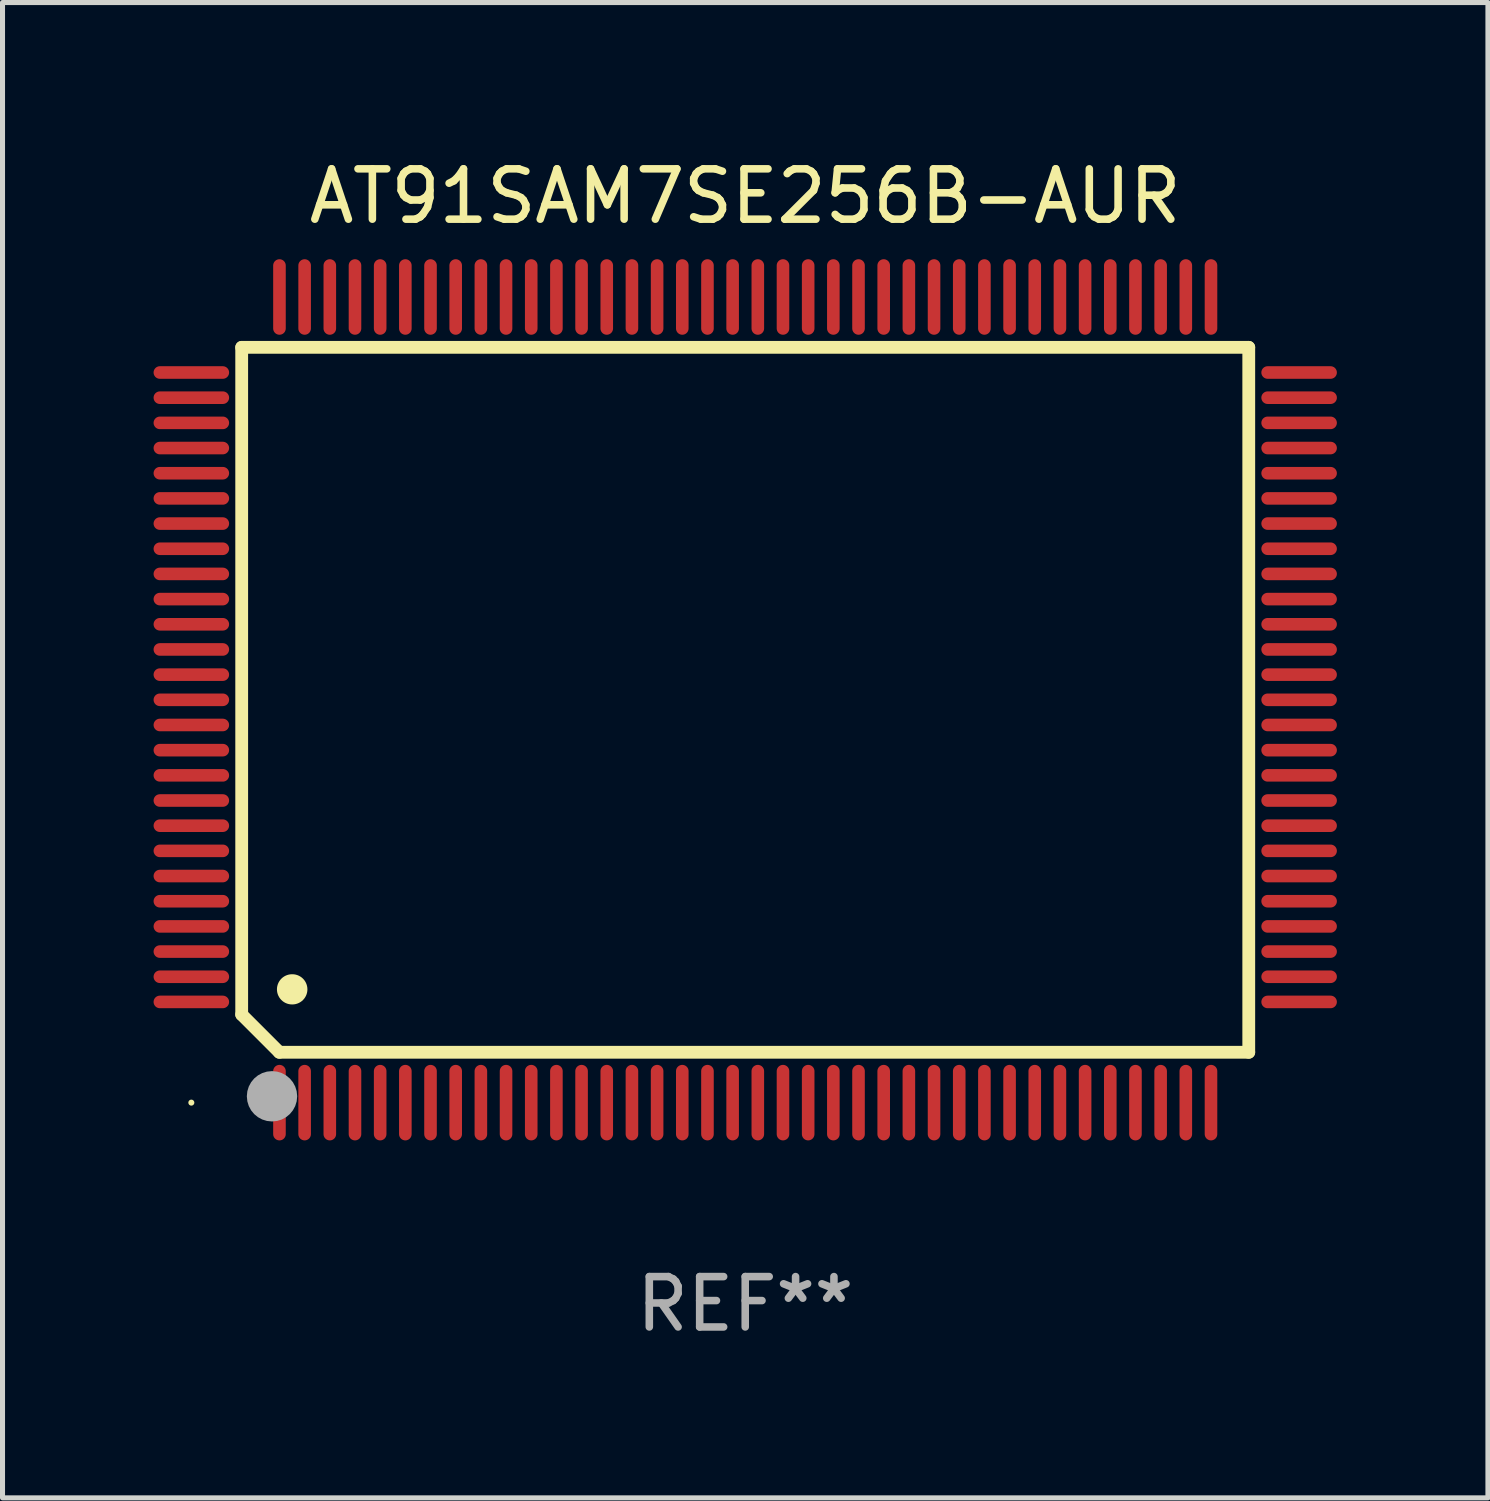
<source format=kicad_pcb>
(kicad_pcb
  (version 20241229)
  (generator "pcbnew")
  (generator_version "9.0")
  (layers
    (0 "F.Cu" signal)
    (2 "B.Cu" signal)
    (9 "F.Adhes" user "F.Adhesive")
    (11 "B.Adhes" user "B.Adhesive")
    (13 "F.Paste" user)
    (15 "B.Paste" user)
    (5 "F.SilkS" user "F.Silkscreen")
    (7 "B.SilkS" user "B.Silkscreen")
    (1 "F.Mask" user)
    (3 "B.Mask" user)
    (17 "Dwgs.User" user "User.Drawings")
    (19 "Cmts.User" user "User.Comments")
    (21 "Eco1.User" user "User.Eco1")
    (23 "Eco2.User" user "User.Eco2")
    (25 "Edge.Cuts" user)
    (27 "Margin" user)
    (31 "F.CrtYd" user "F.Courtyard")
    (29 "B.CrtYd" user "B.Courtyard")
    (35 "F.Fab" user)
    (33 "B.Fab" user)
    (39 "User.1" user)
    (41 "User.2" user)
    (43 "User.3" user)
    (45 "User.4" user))
  (footprint "AT91SAM7SE256B-AUR"
    (layer "F.Cu")
    (at 11.75 10.848)
    (property "Reference" "AT91SAM7SE256B-AUR" (at 0 -10 0) (layer "F.SilkS") (effects (font (size 1 1) (thickness 0.15))))
    (attr through_hole)
    (fp_line (start -10 -7) (end -10 6.25) (stroke (width 0.254) (type solid)) (layer "F.SilkS"))
    (fp_line (start -10 -7) (end 10 -7) (stroke (width 0.254) (type solid)) (layer "F.SilkS"))
    (fp_line (start -9.252 7) (end -10 6.252) (stroke (width 0.254) (type solid)) (layer "F.SilkS"))
    (fp_line (start 10 -7) (end 10 7) (stroke (width 0.254) (type solid)) (layer "F.SilkS"))
    (fp_line (start 10 7) (end -9.252 7) (stroke (width 0.254) (type solid)) (layer "F.SilkS"))
    (fp_arc (start -9.000025 5.750013) (mid -8.997485 5.750002) (end -8.994945 5.750013) (stroke (width 0.6) (type solid)) (layer "F.SilkS"))
    (fp_circle (center -11 8) (end -10.97 8) (stroke (width 0.06) (type solid)) (fill no) (layer "F.SilkS"))
    (fp_circle (center -9.398 7.874) (end -9.148 7.874) (stroke (width 0.5) (type solid)) (fill no) (layer "F.Fab"))
    (fp_text user "REF**" (at 0 12 0) (layer "F.Fab") (effects (font (size 1 1) (thickness 0.15))))
    (pad "1" smd oval (at -9.25 8) (size 0.25 1.5) (layers "F.Cu" "F.Mask" "F.Paste"))
    (pad "2" smd oval (at -8.75 8) (size 0.25 1.5) (layers "F.Cu" "F.Mask" "F.Paste"))
    (pad "3" smd oval (at -8.25 8) (size 0.25 1.5) (layers "F.Cu" "F.Mask" "F.Paste"))
    (pad "4" smd oval (at -7.75 8) (size 0.25 1.5) (layers "F.Cu" "F.Mask" "F.Paste"))
    (pad "5" smd oval (at -7.25 8) (size 0.25 1.5) (layers "F.Cu" "F.Mask" "F.Paste"))
    (pad "6" smd oval (at -6.75 8) (size 0.25 1.5) (layers "F.Cu" "F.Mask" "F.Paste"))
    (pad "7" smd oval (at -6.25 8) (size 0.25 1.5) (layers "F.Cu" "F.Mask" "F.Paste"))
    (pad "8" smd oval (at -5.75 8) (size 0.25 1.5) (layers "F.Cu" "F.Mask" "F.Paste"))
    (pad "9" smd oval (at -5.25 8) (size 0.25 1.5) (layers "F.Cu" "F.Mask" "F.Paste"))
    (pad "10" smd oval (at -4.75 8) (size 0.25 1.5) (layers "F.Cu" "F.Mask" "F.Paste"))
    (pad "11" smd oval (at -4.25 8) (size 0.25 1.5) (layers "F.Cu" "F.Mask" "F.Paste"))
    (pad "12" smd oval (at -3.75 8) (size 0.25 1.5) (layers "F.Cu" "F.Mask" "F.Paste"))
    (pad "13" smd oval (at -3.25 8) (size 0.25 1.5) (layers "F.Cu" "F.Mask" "F.Paste"))
    (pad "14" smd oval (at -2.75 8) (size 0.25 1.5) (layers "F.Cu" "F.Mask" "F.Paste"))
    (pad "15" smd oval (at -2.25 8) (size 0.25 1.5) (layers "F.Cu" "F.Mask" "F.Paste"))
    (pad "16" smd oval (at -1.75 8) (size 0.25 1.5) (layers "F.Cu" "F.Mask" "F.Paste"))
    (pad "17" smd oval (at -1.25 8) (size 0.25 1.5) (layers "F.Cu" "F.Mask" "F.Paste"))
    (pad "18" smd oval (at -0.75 8) (size 0.25 1.5) (layers "F.Cu" "F.Mask" "F.Paste"))
    (pad "19" smd oval (at -0.25 8) (size 0.25 1.5) (layers "F.Cu" "F.Mask" "F.Paste"))
    (pad "20" smd oval (at 0.25 8) (size 0.25 1.5) (layers "F.Cu" "F.Mask" "F.Paste"))
    (pad "21" smd oval (at 0.75 8) (size 0.25 1.5) (layers "F.Cu" "F.Mask" "F.Paste"))
    (pad "22" smd oval (at 1.25 8) (size 0.25 1.5) (layers "F.Cu" "F.Mask" "F.Paste"))
    (pad "23" smd oval (at 1.75 8) (size 0.25 1.5) (layers "F.Cu" "F.Mask" "F.Paste"))
    (pad "24" smd oval (at 2.25 8) (size 0.25 1.5) (layers "F.Cu" "F.Mask" "F.Paste"))
    (pad "25" smd oval (at 2.75 8) (size 0.25 1.5) (layers "F.Cu" "F.Mask" "F.Paste"))
    (pad "26" smd oval (at 3.25 8) (size 0.25 1.5) (layers "F.Cu" "F.Mask" "F.Paste"))
    (pad "27" smd oval (at 3.75 8) (size 0.25 1.5) (layers "F.Cu" "F.Mask" "F.Paste"))
    (pad "28" smd oval (at 4.25 8) (size 0.25 1.5) (layers "F.Cu" "F.Mask" "F.Paste"))
    (pad "29" smd oval (at 4.75 8) (size 0.25 1.5) (layers "F.Cu" "F.Mask" "F.Paste"))
    (pad "30" smd oval (at 5.25 8) (size 0.25 1.5) (layers "F.Cu" "F.Mask" "F.Paste"))
    (pad "31" smd oval (at 5.75 8) (size 0.25 1.5) (layers "F.Cu" "F.Mask" "F.Paste"))
    (pad "32" smd oval (at 6.25 8) (size 0.25 1.5) (layers "F.Cu" "F.Mask" "F.Paste"))
    (pad "33" smd oval (at 6.75 8 180) (size 0.25 1.5) (layers "F.Cu" "F.Mask" "F.Paste"))
    (pad "34" smd oval (at 7.25 8 180) (size 0.25 1.5) (layers "F.Cu" "F.Mask" "F.Paste"))
    (pad "35" smd oval (at 7.75 8 180) (size 0.25 1.5) (layers "F.Cu" "F.Mask" "F.Paste"))
    (pad "36" smd oval (at 8.25 8 180) (size 0.25 1.5) (layers "F.Cu" "F.Mask" "F.Paste"))
    (pad "37" smd oval (at 8.75 8 180) (size 0.25 1.5) (layers "F.Cu" "F.Mask" "F.Paste"))
    (pad "38" smd oval (at 9.25 8 180) (size 0.25 1.5) (layers "F.Cu" "F.Mask" "F.Paste"))
    (pad "39" smd oval (at 11 6 270) (size 0.25 1.5) (layers "F.Cu" "F.Mask" "F.Paste"))
    (pad "40" smd oval (at 11 5.5 270) (size 0.25 1.5) (layers "F.Cu" "F.Mask" "F.Paste"))
    (pad "41" smd oval (at 11 5 270) (size 0.25 1.5) (layers "F.Cu" "F.Mask" "F.Paste"))
    (pad "42" smd oval (at 11 4.5 270) (size 0.25 1.5) (layers "F.Cu" "F.Mask" "F.Paste"))
    (pad "43" smd oval (at 11 4 270) (size 0.25 1.5) (layers "F.Cu" "F.Mask" "F.Paste"))
    (pad "44" smd oval (at 11 3.5 270) (size 0.25 1.5) (layers "F.Cu" "F.Mask" "F.Paste"))
    (pad "45" smd oval (at 11 3 270) (size 0.25 1.5) (layers "F.Cu" "F.Mask" "F.Paste"))
    (pad "46" smd oval (at 11 2.5 270) (size 0.25 1.5) (layers "F.Cu" "F.Mask" "F.Paste"))
    (pad "47" smd oval (at 11 2 270) (size 0.25 1.5) (layers "F.Cu" "F.Mask" "F.Paste"))
    (pad "48" smd oval (at 11 1.5 270) (size 0.25 1.5) (layers "F.Cu" "F.Mask" "F.Paste"))
    (pad "49" smd oval (at 11 1 270) (size 0.25 1.5) (layers "F.Cu" "F.Mask" "F.Paste"))
    (pad "50" smd oval (at 11 0.5 270) (size 0.25 1.5) (layers "F.Cu" "F.Mask" "F.Paste"))
    (pad "51" smd oval (at 11 0 270) (size 0.25 1.5) (layers "F.Cu" "F.Mask" "F.Paste"))
    (pad "52" smd oval (at 11 -0.5 270) (size 0.25 1.5) (layers "F.Cu" "F.Mask" "F.Paste"))
    (pad "53" smd oval (at 11 -1 270) (size 0.25 1.5) (layers "F.Cu" "F.Mask" "F.Paste"))
    (pad "54" smd oval (at 11 -1.5 270) (size 0.25 1.5) (layers "F.Cu" "F.Mask" "F.Paste"))
    (pad "55" smd oval (at 11 -2 270) (size 0.25 1.5) (layers "F.Cu" "F.Mask" "F.Paste"))
    (pad "56" smd oval (at 11 -2.5 270) (size 0.25 1.5) (layers "F.Cu" "F.Mask" "F.Paste"))
    (pad "57" smd oval (at 11 -3 270) (size 0.25 1.5) (layers "F.Cu" "F.Mask" "F.Paste"))
    (pad "58" smd oval (at 11 -3.5 270) (size 0.25 1.5) (layers "F.Cu" "F.Mask" "F.Paste"))
    (pad "59" smd oval (at 11 -4 270) (size 0.25 1.5) (layers "F.Cu" "F.Mask" "F.Paste"))
    (pad "60" smd oval (at 11 -4.5 270) (size 0.25 1.5) (layers "F.Cu" "F.Mask" "F.Paste"))
    (pad "61" smd oval (at 11 -5 270) (size 0.25 1.5) (layers "F.Cu" "F.Mask" "F.Paste"))
    (pad "62" smd oval (at 11 -5.5 270) (size 0.25 1.5) (layers "F.Cu" "F.Mask" "F.Paste"))
    (pad "63" smd oval (at 11 -6 270) (size 0.25 1.5) (layers "F.Cu" "F.Mask" "F.Paste"))
    (pad "64" smd oval (at 11 -6.5 270) (size 0.25 1.5) (layers "F.Cu" "F.Mask" "F.Paste"))
    (pad "65" smd oval (at 9.25 -8 180) (size 0.25 1.5) (layers "F.Cu" "F.Mask" "F.Paste"))
    (pad "66" smd oval (at 8.75 -8 180) (size 0.25 1.5) (layers "F.Cu" "F.Mask" "F.Paste"))
    (pad "67" smd oval (at 8.25 -8 180) (size 0.25 1.5) (layers "F.Cu" "F.Mask" "F.Paste"))
    (pad "68" smd oval (at 7.75 -8 180) (size 0.25 1.5) (layers "F.Cu" "F.Mask" "F.Paste"))
    (pad "69" smd oval (at 7.25 -8 180) (size 0.25 1.5) (layers "F.Cu" "F.Mask" "F.Paste"))
    (pad "70" smd oval (at 6.75 -8 180) (size 0.25 1.5) (layers "F.Cu" "F.Mask" "F.Paste"))
    (pad "71" smd oval (at 6.25 -8 180) (size 0.25 1.5) (layers "F.Cu" "F.Mask" "F.Paste"))
    (pad "72" smd oval (at 5.75 -8 180) (size 0.25 1.5) (layers "F.Cu" "F.Mask" "F.Paste"))
    (pad "73" smd oval (at 5.25 -8 180) (size 0.25 1.5) (layers "F.Cu" "F.Mask" "F.Paste"))
    (pad "74" smd oval (at 4.75 -8 180) (size 0.25 1.5) (layers "F.Cu" "F.Mask" "F.Paste"))
    (pad "75" smd oval (at 4.25 -8 180) (size 0.25 1.5) (layers "F.Cu" "F.Mask" "F.Paste"))
    (pad "76" smd oval (at 3.75 -8 180) (size 0.25 1.5) (layers "F.Cu" "F.Mask" "F.Paste"))
    (pad "77" smd oval (at 3.25 -8 180) (size 0.25 1.5) (layers "F.Cu" "F.Mask" "F.Paste"))
    (pad "78" smd oval (at 2.75 -8 180) (size 0.25 1.5) (layers "F.Cu" "F.Mask" "F.Paste"))
    (pad "79" smd oval (at 2.25 -8 180) (size 0.25 1.5) (layers "F.Cu" "F.Mask" "F.Paste"))
    (pad "80" smd oval (at 1.75 -8 180) (size 0.25 1.5) (layers "F.Cu" "F.Mask" "F.Paste"))
    (pad "81" smd oval (at 1.25 -8 180) (size 0.25 1.5) (layers "F.Cu" "F.Mask" "F.Paste"))
    (pad "82" smd oval (at 0.75 -8 180) (size 0.25 1.5) (layers "F.Cu" "F.Mask" "F.Paste"))
    (pad "83" smd oval (at 0.25 -8 180) (size 0.25 1.5) (layers "F.Cu" "F.Mask" "F.Paste"))
    (pad "84" smd oval (at -0.25 -8 180) (size 0.25 1.5) (layers "F.Cu" "F.Mask" "F.Paste"))
    (pad "85" smd oval (at -0.75 -8 180) (size 0.25 1.5) (layers "F.Cu" "F.Mask" "F.Paste"))
    (pad "86" smd oval (at -1.25 -8 180) (size 0.25 1.5) (layers "F.Cu" "F.Mask" "F.Paste"))
    (pad "87" smd oval (at -1.75 -8 180) (size 0.25 1.5) (layers "F.Cu" "F.Mask" "F.Paste"))
    (pad "88" smd oval (at -2.25 -8 180) (size 0.25 1.5) (layers "F.Cu" "F.Mask" "F.Paste"))
    (pad "89" smd oval (at -2.75 -8 180) (size 0.25 1.5) (layers "F.Cu" "F.Mask" "F.Paste"))
    (pad "90" smd oval (at -3.25 -8 180) (size 0.25 1.5) (layers "F.Cu" "F.Mask" "F.Paste"))
    (pad "91" smd oval (at -3.75 -8 180) (size 0.25 1.5) (layers "F.Cu" "F.Mask" "F.Paste"))
    (pad "92" smd oval (at -4.25 -8 180) (size 0.25 1.5) (layers "F.Cu" "F.Mask" "F.Paste"))
    (pad "93" smd oval (at -4.75 -8 180) (size 0.25 1.5) (layers "F.Cu" "F.Mask" "F.Paste"))
    (pad "94" smd oval (at -5.25 -8 180) (size 0.25 1.5) (layers "F.Cu" "F.Mask" "F.Paste"))
    (pad "95" smd oval (at -5.75 -8 180) (size 0.25 1.5) (layers "F.Cu" "F.Mask" "F.Paste"))
    (pad "96" smd oval (at -6.25 -8 180) (size 0.25 1.5) (layers "F.Cu" "F.Mask" "F.Paste"))
    (pad "97" smd oval (at -6.75 -8 180) (size 0.25 1.5) (layers "F.Cu" "F.Mask" "F.Paste"))
    (pad "98" smd oval (at -7.25 -8 180) (size 0.25 1.5) (layers "F.Cu" "F.Mask" "F.Paste"))
    (pad "99" smd oval (at -7.75 -8 180) (size 0.25 1.5) (layers "F.Cu" "F.Mask" "F.Paste"))
    (pad "100" smd oval (at -8.25 -8 180) (size 0.25 1.5) (layers "F.Cu" "F.Mask" "F.Paste"))
    (pad "101" smd oval (at -8.75 -8 180) (size 0.25 1.5) (layers "F.Cu" "F.Mask" "F.Paste"))
    (pad "102" smd oval (at -9.25 -8) (size 0.25 1.5) (layers "F.Cu" "F.Mask" "F.Paste"))
    (pad "103" smd oval (at -11 -6.5 270) (size 0.25 1.5) (layers "F.Cu" "F.Mask" "F.Paste"))
    (pad "104" smd oval (at -11 -6 270) (size 0.25 1.5) (layers "F.Cu" "F.Mask" "F.Paste"))
    (pad "105" smd oval (at -11 -5.5 270) (size 0.25 1.5) (layers "F.Cu" "F.Mask" "F.Paste"))
    (pad "106" smd oval (at -11 -5 270) (size 0.25 1.5) (layers "F.Cu" "F.Mask" "F.Paste"))
    (pad "107" smd oval (at -11 -4.5 270) (size 0.25 1.5) (layers "F.Cu" "F.Mask" "F.Paste"))
    (pad "108" smd oval (at -11 -4 270) (size 0.25 1.5) (layers "F.Cu" "F.Mask" "F.Paste"))
    (pad "109" smd oval (at -11 -3.5 270) (size 0.25 1.5) (layers "F.Cu" "F.Mask" "F.Paste"))
    (pad "110" smd oval (at -11 -3 270) (size 0.25 1.5) (layers "F.Cu" "F.Mask" "F.Paste"))
    (pad "111" smd oval (at -11 -2.5 270) (size 0.25 1.5) (layers "F.Cu" "F.Mask" "F.Paste"))
    (pad "112" smd oval (at -11 -2 270) (size 0.25 1.5) (layers "F.Cu" "F.Mask" "F.Paste"))
    (pad "113" smd oval (at -11 -1.5 270) (size 0.25 1.5) (layers "F.Cu" "F.Mask" "F.Paste"))
    (pad "114" smd oval (at -11 -1 270) (size 0.25 1.5) (layers "F.Cu" "F.Mask" "F.Paste"))
    (pad "115" smd oval (at -11 -0.5 270) (size 0.25 1.5) (layers "F.Cu" "F.Mask" "F.Paste"))
    (pad "116" smd oval (at -11 0 270) (size 0.25 1.5) (layers "F.Cu" "F.Mask" "F.Paste"))
    (pad "117" smd oval (at -11 0.5 270) (size 0.25 1.5) (layers "F.Cu" "F.Mask" "F.Paste"))
    (pad "118" smd oval (at -11 1 270) (size 0.25 1.5) (layers "F.Cu" "F.Mask" "F.Paste"))
    (pad "119" smd oval (at -11 1.5 270) (size 0.25 1.5) (layers "F.Cu" "F.Mask" "F.Paste"))
    (pad "120" smd oval (at -11 2 270) (size 0.25 1.5) (layers "F.Cu" "F.Mask" "F.Paste"))
    (pad "121" smd oval (at -11 2.5 270) (size 0.25 1.5) (layers "F.Cu" "F.Mask" "F.Paste"))
    (pad "122" smd oval (at -11 3 270) (size 0.25 1.5) (layers "F.Cu" "F.Mask" "F.Paste"))
    (pad "123" smd oval (at -11 3.5 270) (size 0.25 1.5) (layers "F.Cu" "F.Mask" "F.Paste"))
    (pad "124" smd oval (at -11 4 270) (size 0.25 1.5) (layers "F.Cu" "F.Mask" "F.Paste"))
    (pad "125" smd oval (at -11 4.5 270) (size 0.25 1.5) (layers "F.Cu" "F.Mask" "F.Paste"))
    (pad "126" smd oval (at -11 5 270) (size 0.25 1.5) (layers "F.Cu" "F.Mask" "F.Paste"))
    (pad "127" smd oval (at -11 5.5 270) (size 0.25 1.5) (layers "F.Cu" "F.Mask" "F.Paste"))
    (pad "128" smd oval (at -11 6 270) (size 0.25 1.5) (layers "F.Cu" "F.Mask" "F.Paste")))
  (gr_rect
    (start -3 -3)
    (end 26.5 26.697)
    (stroke (width 0.1) (type default))
    (fill no)
    (layer "Edge.Cuts")))
</source>
